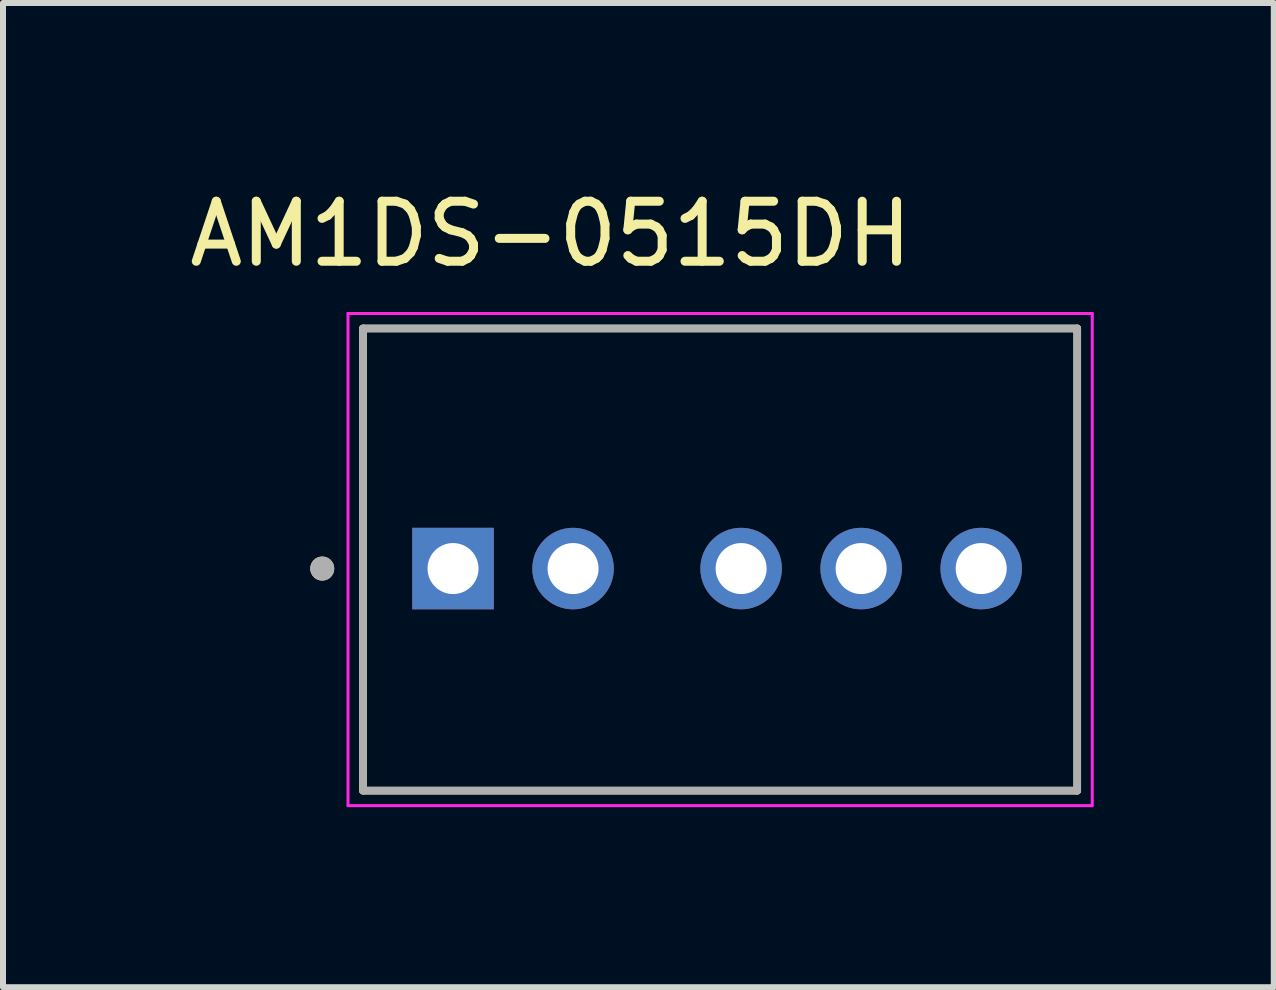
<source format=kicad_pcb>
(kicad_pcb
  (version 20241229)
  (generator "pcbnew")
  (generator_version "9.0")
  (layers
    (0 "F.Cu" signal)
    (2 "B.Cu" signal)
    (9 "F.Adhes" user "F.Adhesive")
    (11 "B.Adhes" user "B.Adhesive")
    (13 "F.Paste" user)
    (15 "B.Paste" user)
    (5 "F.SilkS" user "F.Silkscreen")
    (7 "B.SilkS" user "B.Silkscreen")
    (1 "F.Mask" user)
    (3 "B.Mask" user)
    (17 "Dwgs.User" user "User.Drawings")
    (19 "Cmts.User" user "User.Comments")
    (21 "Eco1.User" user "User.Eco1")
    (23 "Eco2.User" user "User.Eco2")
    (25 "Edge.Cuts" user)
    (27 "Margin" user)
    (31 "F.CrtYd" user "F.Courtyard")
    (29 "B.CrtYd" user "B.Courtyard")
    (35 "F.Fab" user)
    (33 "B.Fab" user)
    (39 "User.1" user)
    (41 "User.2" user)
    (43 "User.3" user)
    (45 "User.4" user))
  (footprint "AM1DS-0515DH"
    (layer "F.Cu")
    (at 8.948 6.273)
    (property "Reference" "AM1DS-0515DH" (at -2.823 -5.425 0) (layer "F.SilkS") (effects (font (size 1 1) (thickness 0.15))))
    (attr through_hole)
    (fp_line (start -5.95 -3.85) (end 5.95 -3.85) (stroke (width 0.127) (type solid)) (layer "F.SilkS"))
    (fp_line (start -5.95 3.85) (end -5.95 -3.85) (stroke (width 0.127) (type solid)) (layer "F.SilkS"))
    (fp_line (start -5.95 3.85) (end 5.95 3.85) (stroke (width 0.127) (type solid)) (layer "F.SilkS"))
    (fp_line (start 5.95 3.85) (end 5.95 -3.85) (stroke (width 0.127) (type solid)) (layer "F.SilkS"))
    (fp_circle (center -6.629 0.15) (end -6.529 0.15) (stroke (width 0.2) (type solid)) (fill no) (layer "F.SilkS"))
    (fp_line (start -6.2 -4.1) (end -6.2 4.1) (stroke (width 0.05) (type solid)) (layer "F.CrtYd"))
    (fp_line (start -6.2 -4.1) (end 6.2 -4.1) (stroke (width 0.05) (type solid)) (layer "F.CrtYd"))
    (fp_line (start -6.2 4.1) (end 6.2 4.1) (stroke (width 0.05) (type solid)) (layer "F.CrtYd"))
    (fp_line (start 6.2 -4.1) (end 6.2 4.1) (stroke (width 0.05) (type solid)) (layer "F.CrtYd"))
    (fp_line (start -5.95 -3.85) (end 5.95 -3.85) (stroke (width 0.127) (type solid)) (layer "F.Fab"))
    (fp_line (start -5.95 3.85) (end -5.95 -3.85) (stroke (width 0.127) (type solid)) (layer "F.Fab"))
    (fp_line (start -5.95 3.85) (end 5.95 3.85) (stroke (width 0.127) (type solid)) (layer "F.Fab"))
    (fp_line (start 5.95 3.85) (end 5.95 -3.85) (stroke (width 0.127) (type solid)) (layer "F.Fab"))
    (fp_circle (center -6.629 0.15) (end -6.529 0.15) (stroke (width 0.2) (type solid)) (fill no) (layer "F.Fab"))
    (pad "1" thru_hole rect (at -4.45 0.15) (size 1.358 1.358) (drill 0.85) (layers "*.Cu" "*.Mask"))
    (pad "2" thru_hole circle (at -2.45 0.15) (size 1.358 1.358) (drill 0.85) (layers "*.Cu" "*.Mask"))
    (pad "3" thru_hole circle (at 0.35 0.15) (size 1.358 1.358) (drill 0.85) (layers "*.Cu" "*.Mask"))
    (pad "4" thru_hole circle (at 2.35 0.15) (size 1.358 1.358) (drill 0.85) (layers "*.Cu" "*.Mask"))
    (pad "5" thru_hole circle (at 4.35 0.15) (size 1.358 1.358) (drill 0.85) (layers "*.Cu" "*.Mask")))
  (gr_rect
    (start -3 -3)
    (end 18.173 13.398)
    (stroke (width 0.1) (type default))
    (fill no)
    (layer "Edge.Cuts")))
</source>
